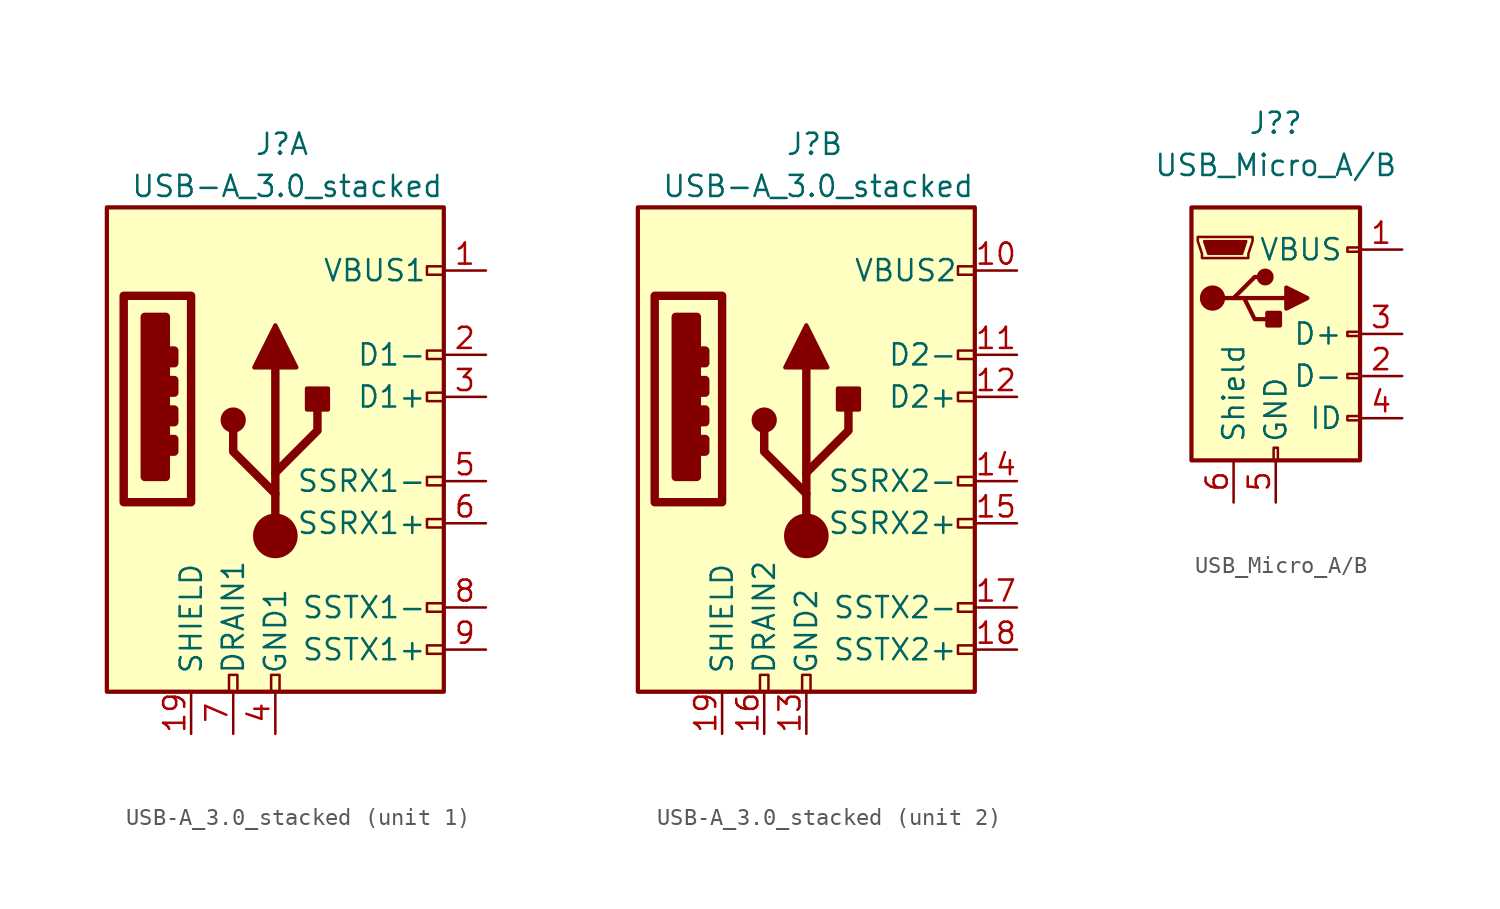
<source format=kicad_sym>
(kicad_symbol_lib
  (version 20220914)
  (generator kicad_symbol_editor)
  (symbol "USB-A_3.0_stacked"
    (pin_names
      (offset 1.016))
    (property "Reference" "J"
      (at -1.27 17.78 0)
      (effects (font (size 1.27 1.27)) (justify left)))
    (property "Value" "USB-A_3.0_stacked"
      (at 10.16 15.24 0)
      (effects (font (size 1.27 1.27)) (justify right)))
    (symbol "USB-A_3.0_stacked_0_0"
      (rectangle (start -9.144 8.636) (end -5.08 -3.81) (stroke (width 0.508) (type default)) (fill (type none)))
      (rectangle (start -7.874 7.366) (end -6.604 -2.286) (stroke (width 0.508) (type default)) (fill (type outline)))
      (rectangle (start -6.35 0) (end -6.096 -0.762) (stroke (width 0.508) (type default)) (fill (type none)))
      (rectangle (start -6.35 1.778) (end -6.096 1.016) (stroke (width 0.508) (type default)) (fill (type none)))
      (rectangle (start -6.35 3.556) (end -6.096 2.794) (stroke (width 0.508) (type default)) (fill (type none)))
      (rectangle (start -6.35 5.334) (end -6.096 4.572) (stroke (width 0.508) (type default)) (fill (type none)))
      (rectangle (start -2.794 -15.24) (end -2.286 -14.224) (stroke (width 0) (type default)) (fill (type none)))
      (rectangle (start -0.254 -15.24) (end 0.254 -14.224) (stroke (width 0) (type default)) (fill (type none)))
      (rectangle (start 10.16 -12.446) (end 9.144 -12.954) (stroke (width 0) (type default)) (fill (type none)))
      (rectangle (start 10.16 -9.906) (end 9.144 -10.414) (stroke (width 0) (type default)) (fill (type none)))
      (rectangle (start 10.16 -4.826) (end 9.144 -5.334) (stroke (width 0) (type default)) (fill (type none)))
      (rectangle (start 10.16 -2.286) (end 9.144 -2.794) (stroke (width 0) (type default)) (fill (type none)))
      (rectangle (start 10.16 2.794) (end 9.144 2.286) (stroke (width 0) (type default)) (fill (type none)))
      (rectangle (start 10.16 5.334) (end 9.144 4.826) (stroke (width 0) (type default)) (fill (type none)))
      (rectangle (start 10.16 10.414) (end 9.144 9.906) (stroke (width 0) (type default)) (fill (type none))))
    (symbol "USB-A_3.0_stacked_0_1"
      (rectangle (start -10.16 13.97) (end 10.16 -15.24) (stroke (width 0.254) (type default)) (fill (type background)))
      (pin passive line (at -5.08 -17.78 90) (length 2.54) (name "SHIELD" (effects (font (size 1.27 1.27)))) (number "19" (effects (font (size 1.27 1.27))))))
    (symbol "USB-A_3.0_stacked_1_1"
      (circle (center -2.54 1.143) (radius 0.635) (stroke (width 0.254) (type default)) (fill (type outline)))
      (circle (center 0 -5.842) (radius 1.27) (stroke (width 0) (type default)) (fill (type outline)))
      (polyline (pts (xy 0 -5.842) (xy 0 4.318)) (stroke (width 0.508) (type default)) (fill (type none)))
      (polyline (pts (xy 0 -3.302) (xy -2.54 -0.762) (xy -2.54 0.508)) (stroke (width 0.508) (type default)) (fill (type none)))
      (polyline (pts (xy 0 -2.032) (xy 2.54 0.508) (xy 2.54 1.778)) (stroke (width 0.508) (type default)) (fill (type none)))
      (polyline (pts (xy -1.27 4.318) (xy 0 6.858) (xy 1.27 4.318) (xy -1.27 4.318)) (stroke (width 0.254) (type default)) (fill (type outline)))
      (rectangle (start 1.905 1.778) (end 3.175 3.048) (stroke (width 0.254) (type default)) (fill (type outline)))
      (pin passive line (at 12.7 10.16 180) (length 2.54) (name "VBUS1" (effects (font (size 1.27 1.27)))) (number "1" (effects (font (size 1.27 1.27)))))
      (pin passive line (at 12.7 5.08 180) (length 2.54) (name "D1-" (effects (font (size 1.27 1.27)))) (number "2" (effects (font (size 1.27 1.27)))))
      (pin passive line (at 12.7 2.54 180) (length 2.54) (name "D1+" (effects (font (size 1.27 1.27)))) (number "3" (effects (font (size 1.27 1.27)))))
      (pin passive line (at 0 -17.78 90) (length 2.54) (name "GND1" (effects (font (size 1.27 1.27)))) (number "4" (effects (font (size 1.27 1.27)))))
      (pin passive line (at 12.7 -2.54 180) (length 2.54) (name "SSRX1-" (effects (font (size 1.27 1.27)))) (number "5" (effects (font (size 1.27 1.27)))))
      (pin passive line (at 12.7 -5.08 180) (length 2.54) (name "SSRX1+" (effects (font (size 1.27 1.27)))) (number "6" (effects (font (size 1.27 1.27)))))
      (pin passive line (at -2.54 -17.78 90) (length 2.54) (name "DRAIN1" (effects (font (size 1.27 1.27)))) (number "7" (effects (font (size 1.27 1.27)))))
      (pin passive line (at 12.7 -10.16 180) (length 2.54) (name "SSTX1-" (effects (font (size 1.27 1.27)))) (number "8" (effects (font (size 1.27 1.27)))))
      (pin passive line (at 12.7 -12.7 180) (length 2.54) (name "SSTX1+" (effects (font (size 1.27 1.27)))) (number "9" (effects (font (size 1.27 1.27))))))
    (symbol "USB-A_3.0_stacked_2_1"
      (circle (center -2.54 1.143) (radius 0.635) (stroke (width 0.254) (type default)) (fill (type outline)))
      (circle (center 0 -5.842) (radius 1.27) (stroke (width 0) (type default)) (fill (type outline)))
      (polyline (pts (xy 0 -5.842) (xy 0 4.318)) (stroke (width 0.508) (type default)) (fill (type none)))
      (polyline (pts (xy 0 -3.302) (xy -2.54 -0.762) (xy -2.54 0.508)) (stroke (width 0.508) (type default)) (fill (type none)))
      (polyline (pts (xy 0 -2.032) (xy 2.54 0.508) (xy 2.54 1.778)) (stroke (width 0.508) (type default)) (fill (type none)))
      (polyline (pts (xy -1.27 4.318) (xy 0 6.858) (xy 1.27 4.318) (xy -1.27 4.318)) (stroke (width 0.254) (type default)) (fill (type outline)))
      (rectangle (start 1.905 1.778) (end 3.175 3.048) (stroke (width 0.254) (type default)) (fill (type outline)))
      (pin passive line (at 12.7 10.16 180) (length 2.54) (name "VBUS2" (effects (font (size 1.27 1.27)))) (number "10" (effects (font (size 1.27 1.27)))))
      (pin passive line (at 12.7 5.08 180) (length 2.54) (name "D2-" (effects (font (size 1.27 1.27)))) (number "11" (effects (font (size 1.27 1.27)))))
      (pin passive line (at 12.7 2.54 180) (length 2.54) (name "D2+" (effects (font (size 1.27 1.27)))) (number "12" (effects (font (size 1.27 1.27)))))
      (pin passive line (at 0 -17.78 90) (length 2.54) (name "GND2" (effects (font (size 1.27 1.27)))) (number "13" (effects (font (size 1.27 1.27)))))
      (pin passive line (at 12.7 -2.54 180) (length 2.54) (name "SSRX2-" (effects (font (size 1.27 1.27)))) (number "14" (effects (font (size 1.27 1.27)))))
      (pin passive line (at 12.7 -5.08 180) (length 2.54) (name "SSRX2+" (effects (font (size 1.27 1.27)))) (number "15" (effects (font (size 1.27 1.27)))))
      (pin passive line (at -2.54 -17.78 90) (length 2.54) (name "DRAIN2" (effects (font (size 1.27 1.27)))) (number "16" (effects (font (size 1.27 1.27)))))
      (pin passive line (at 12.7 -10.16 180) (length 2.54) (name "SSTX2-" (effects (font (size 1.27 1.27)))) (number "17" (effects (font (size 1.27 1.27)))))
      (pin passive line (at 12.7 -12.7 180) (length 2.54) (name "SSTX2+" (effects (font (size 1.27 1.27)))) (number "18" (effects (font (size 1.27 1.27)))))))
  (symbol "USB_Micro_A/B"
    (pin_names
      (offset 1.016))
    (property "Reference" "J?"
      (at 0 12.7 0)
      (effects (font (size 1.27 1.27))))
    (property "Value" "USB_Micro_A/B"
      (at 0 10.16 0)
      (effects (font (size 1.27 1.27))))
    (symbol "USB_Micro_A/B_0_1"
      (rectangle (start -5.08 -7.62) (end 5.08 7.62) (stroke (width 0.254) (type default)) (fill (type background)))
      (circle (center -3.81 2.159) (radius 0.635) (stroke (width 0.254) (type default)) (fill (type outline)))
      (circle (center -0.635 3.429) (radius 0.381) (stroke (width 0.254) (type default)) (fill (type outline)))
      (rectangle (start -0.127 -7.62) (end 0.127 -6.858) (stroke (width 0) (type default)) (fill (type none)))
      (polyline (pts (xy -1.905 2.159) (xy 0.635 2.159)) (stroke (width 0.254) (type default)) (fill (type none)))
      (polyline (pts (xy -3.175 2.159) (xy -2.54 2.159) (xy -1.27 3.429) (xy -0.635 3.429)) (stroke (width 0.254) (type default)) (fill (type none)))
      (polyline (pts (xy -2.54 2.159) (xy -1.905 2.159) (xy -1.27 0.889) (xy 0 0.889)) (stroke (width 0.254) (type default)) (fill (type none)))
      (polyline (pts (xy 0.635 2.794) (xy 0.635 1.524) (xy 1.905 2.159) (xy 0.635 2.794)) (stroke (width 0.254) (type default)) (fill (type outline)))
      (polyline (pts (xy -4.318 5.588) (xy -1.778 5.588) (xy -2.032 4.826) (xy -4.064 4.826) (xy -4.318 5.588)) (stroke (width 0) (type default)) (fill (type outline)))
      (polyline (pts (xy -4.699 5.842) (xy -4.699 5.588) (xy -4.445 4.826) (xy -4.445 4.572) (xy -1.651 4.572) (xy -1.651 4.826) (xy -1.397 5.588) (xy -1.397 5.842) (xy -4.699 5.842)) (stroke (width 0) (type default)) (fill (type none)))
      (rectangle (start 0.254 1.27) (end -0.508 0.508) (stroke (width 0.254) (type default)) (fill (type outline)))
      (rectangle (start 5.08 -5.207) (end 4.318 -4.953) (stroke (width 0) (type default)) (fill (type none)))
      (rectangle (start 5.08 -2.667) (end 4.318 -2.413) (stroke (width 0) (type default)) (fill (type none)))
      (rectangle (start 5.08 -0.127) (end 4.318 0.127) (stroke (width 0) (type default)) (fill (type none)))
      (rectangle (start 5.08 4.953) (end 4.318 5.207) (stroke (width 0) (type default)) (fill (type none))))
    (symbol "USB_Micro_A/B_1_1"
      (pin power_out line (at 7.62 5.08 180) (length 2.54) (name "VBUS" (effects (font (size 1.27 1.27)))) (number "1" (effects (font (size 1.27 1.27)))))
      (pin bidirectional line (at 7.62 -2.54 180) (length 2.54) (name "D-" (effects (font (size 1.27 1.27)))) (number "2" (effects (font (size 1.27 1.27)))))
      (pin bidirectional line (at 7.62 0 180) (length 2.54) (name "D+" (effects (font (size 1.27 1.27)))) (number "3" (effects (font (size 1.27 1.27)))))
      (pin passive line (at 7.62 -5.08 180) (length 2.54) (name "ID" (effects (font (size 1.27 1.27)))) (number "4" (effects (font (size 1.27 1.27)))))
      (pin power_out line (at 0 -10.16 90) (length 2.54) (name "GND" (effects (font (size 1.27 1.27)))) (number "5" (effects (font (size 1.27 1.27)))))
      (pin passive line (at -2.54 -10.16 90) (length 2.54) (name "Shield" (effects (font (size 1.27 1.27)))) (number "6" (effects (font (size 1.27 1.27))))))))
</source>
